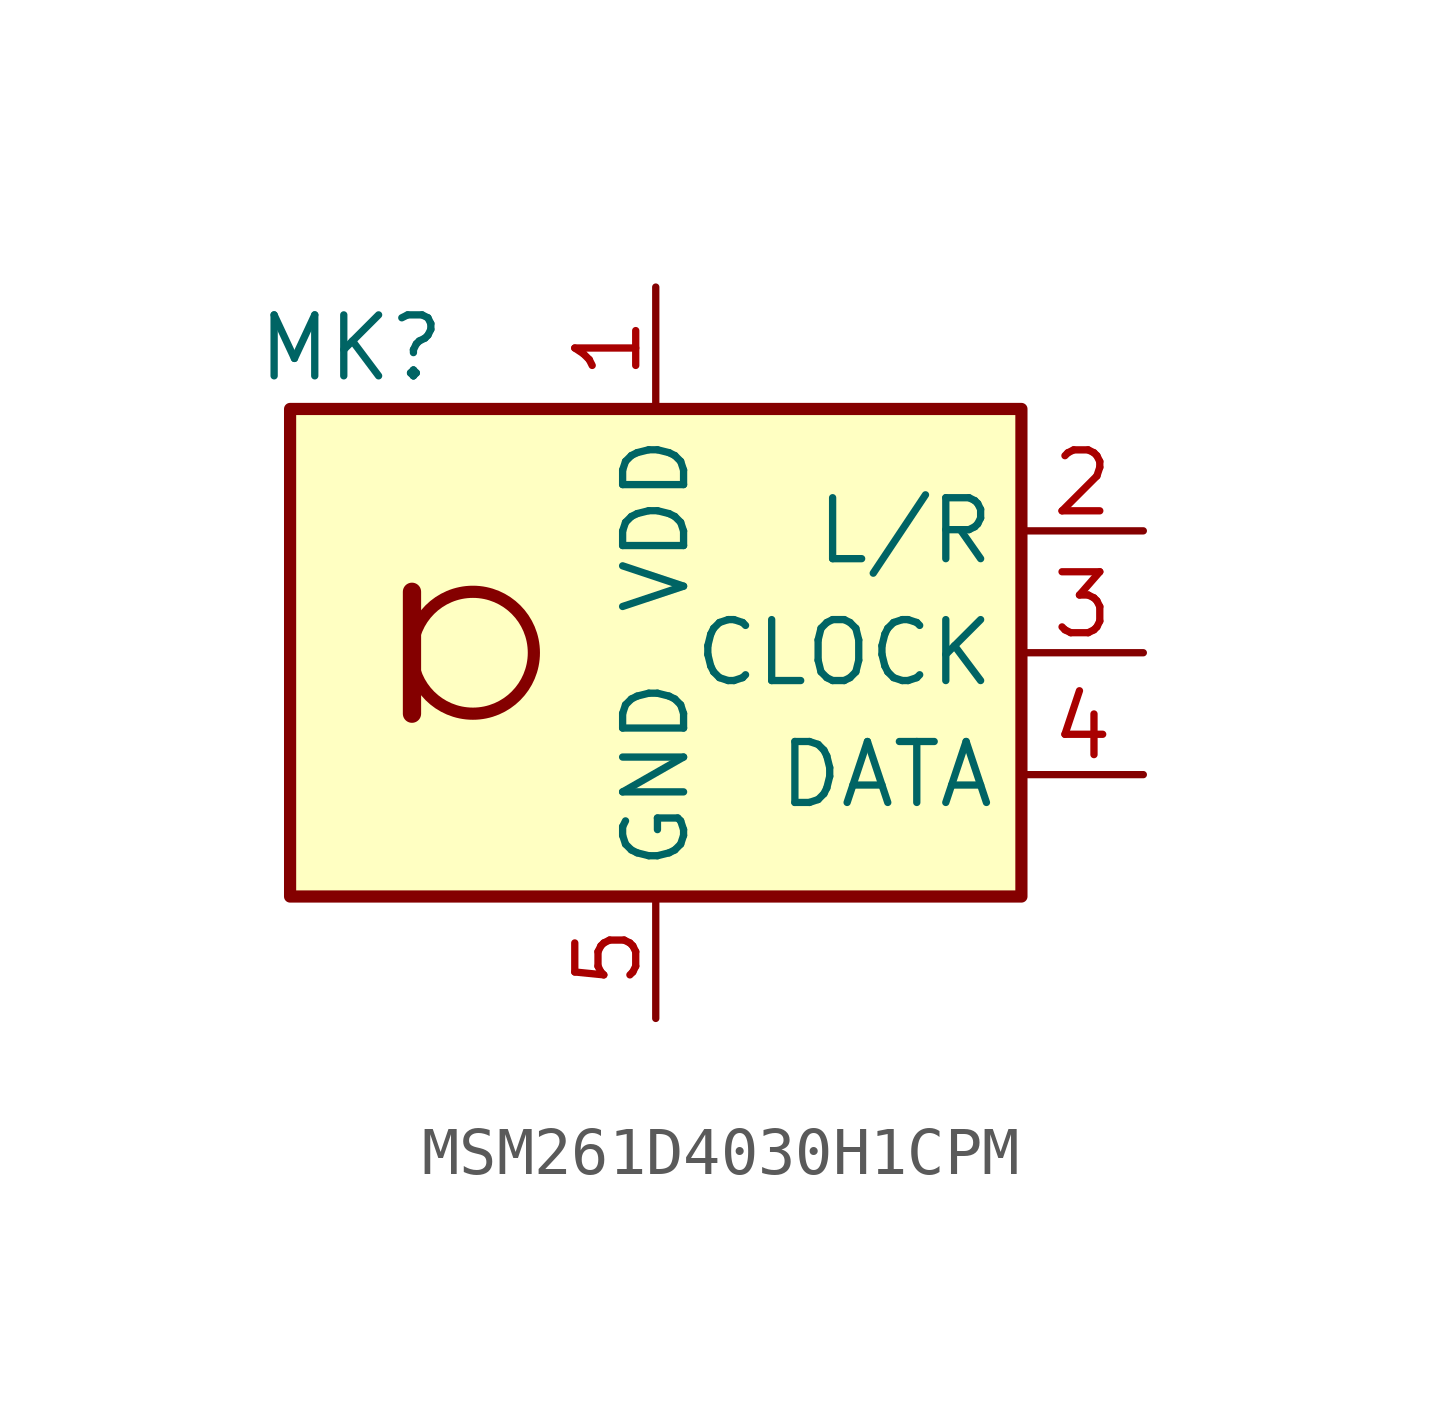
<source format=kicad_sym>
(kicad_symbol_lib
  (version 20211014)
  (generator kicad_symbol_editor)
  (symbol "MSM261D4030H1CPM"
    (property "Reference" "MK"
      (at -7.62 6.35 0)
      (effects (font (size 1.27 1.27))))
    (symbol "MSM261D4030H1CPM_0_1"
      (rectangle (start -8.89 5.08) (end 6.35 -5.08) (stroke (width 0.254) (type default) (color 0 0 0 0)) (fill (type background)))
      (circle (center -5.08 0) (radius 1.27) (stroke (width 0.254) (type default) (color 0 0 0 0)) (fill (type none)))
      (polyline (pts (xy -6.35 1.27) (xy -6.35 -1.27)) (stroke (width 0.381) (type default) (color 0 0 0 0)) (fill (type none))))
    (symbol "MSM261D4030H1CPM_1_1"
      (pin power_in line (at -1.27 7.62 270) (length 2.54) (name "VDD" (effects (font (size 1.27 1.27)))) (number "1" (effects (font (size 1.27 1.27)))))
      (pin input line (at 8.89 2.54 180) (length 2.54) (name "L/R" (effects (font (size 1.27 1.27)))) (number "2" (effects (font (size 1.27 1.27)))))
      (pin input line (at 8.89 0 180) (length 2.54) (name "CLOCK" (effects (font (size 1.27 1.27)))) (number "3" (effects (font (size 1.27 1.27)))))
      (pin output line (at 8.89 -2.54 180) (length 2.54) (name "DATA" (effects (font (size 1.27 1.27)))) (number "4" (effects (font (size 1.27 1.27)))))
      (pin power_in line (at -1.27 -7.62 90) (length 2.54) (name "GND" (effects (font (size 1.27 1.27)))) (number "5" (effects (font (size 1.27 1.27))))))))
</source>
